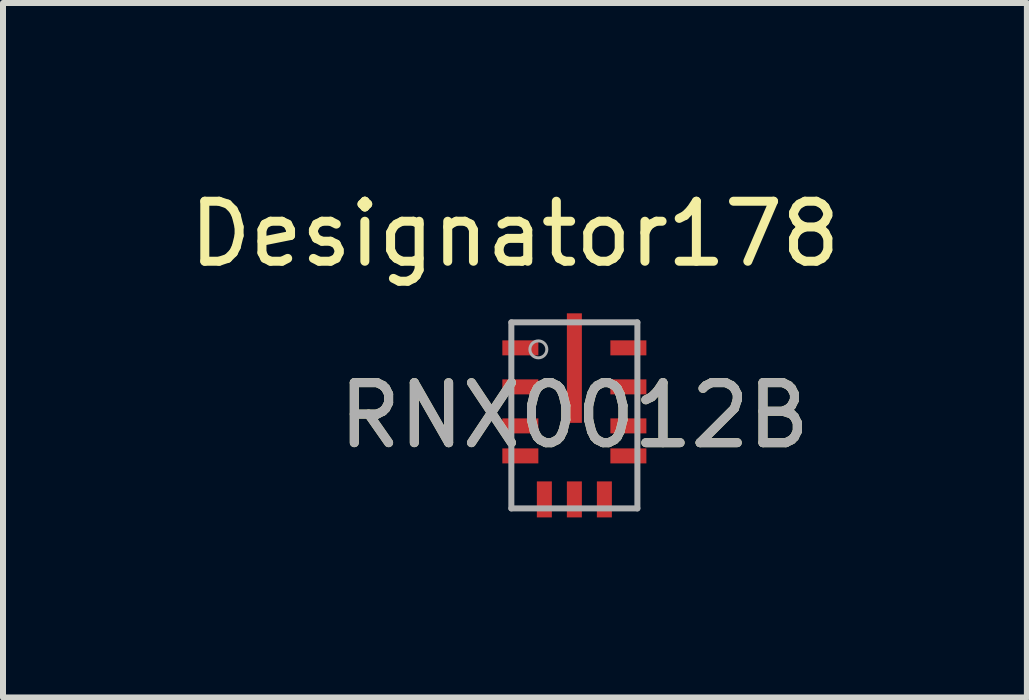
<source format=kicad_pcb>
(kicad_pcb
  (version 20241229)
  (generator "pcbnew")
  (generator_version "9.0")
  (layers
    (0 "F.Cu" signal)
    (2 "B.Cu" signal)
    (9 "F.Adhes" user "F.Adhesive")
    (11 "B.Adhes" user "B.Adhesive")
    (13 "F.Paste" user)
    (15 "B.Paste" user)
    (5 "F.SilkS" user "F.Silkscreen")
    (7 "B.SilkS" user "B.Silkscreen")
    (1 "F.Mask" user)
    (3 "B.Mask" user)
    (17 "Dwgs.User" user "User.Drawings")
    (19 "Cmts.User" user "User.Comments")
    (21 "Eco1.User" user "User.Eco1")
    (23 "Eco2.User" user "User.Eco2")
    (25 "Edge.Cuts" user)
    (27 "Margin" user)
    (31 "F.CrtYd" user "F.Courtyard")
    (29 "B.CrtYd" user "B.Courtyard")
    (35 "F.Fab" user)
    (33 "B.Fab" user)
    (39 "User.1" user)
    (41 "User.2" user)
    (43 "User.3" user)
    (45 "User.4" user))
  (footprint "RNX0012B"
    (layer "F.Cu")
    (at 6.52 3.871)
    (property "Reference" "RNX0012B" (at 0 0 0) (unlocked yes) (layer "F.SilkS") (effects (font (size 1 1) (thickness 0.15))))
    (attr smd)
    (fp_poly (pts (xy -0.125 -0.939) (xy -0.125 -1.651) (xy -0.124 -1.661) (xy -0.121 -1.67) (xy -0.117 -1.679) (xy -0.11 -1.686) (xy -0.103 -1.693) (xy -0.094 -1.697) (xy -0.085 -1.7) (xy -0.075 -1.701) (xy 0.075 -1.701) (xy 0.085 -1.7) (xy 0.094 -1.697) (xy 0.103 -1.693) (xy 0.11 -1.686) (xy 0.117 -1.679) (xy 0.121 -1.67) (xy 0.124 -1.661) (xy 0.125 -1.651) (xy 0.125 -0.939) (xy 0.124 -0.929) (xy 0.121 -0.92) (xy 0.117 -0.911) (xy 0.11 -0.904) (xy 0.103 -0.897) (xy 0.094 -0.893) (xy 0.085 -0.89) (xy 0.075 -0.889) (xy -0.075 -0.889) (xy -0.085 -0.89) (xy -0.094 -0.893) (xy -0.103 -0.897) (xy -0.11 -0.904) (xy -0.117 -0.911) (xy -0.121 -0.92) (xy -0.124 -0.929)) (stroke (width 0) (type solid)) (fill yes) (layer "F.Paste"))
    (fp_poly (pts (xy -0.125 0.076) (xy -0.125 -0.636) (xy -0.124 -0.646) (xy -0.121 -0.655) (xy -0.117 -0.664) (xy -0.11 -0.671) (xy -0.103 -0.678) (xy -0.094 -0.682) (xy -0.085 -0.685) (xy -0.075 -0.686) (xy 0.075 -0.686) (xy 0.085 -0.685) (xy 0.094 -0.682) (xy 0.103 -0.678) (xy 0.11 -0.671) (xy 0.117 -0.664) (xy 0.121 -0.655) (xy 0.124 -0.646) (xy 0.125 -0.636) (xy 0.125 0.076) (xy 0.124 0.086) (xy 0.121 0.095) (xy 0.117 0.104) (xy 0.11 0.111) (xy 0.103 0.118) (xy 0.094 0.122) (xy 0.085 0.125) (xy 0.075 0.126) (xy -0.075 0.126) (xy -0.085 0.125) (xy -0.094 0.122) (xy -0.103 0.118) (xy -0.11 0.111) (xy -0.117 0.104) (xy -0.121 0.095) (xy -0.124 0.086)) (stroke (width 0) (type solid)) (fill yes) (layer "F.Paste"))
    (fp_line (start -1.05 -1.55) (end 1.05 -1.55) (stroke (width 0.1) (type solid)) (layer "F.Fab"))
    (fp_line (start -1.05 1.55) (end -1.05 -1.55) (stroke (width 0.1) (type solid)) (layer "F.Fab"))
    (fp_line (start -1.05 1.55) (end 1.05 1.55) (stroke (width 0.1) (type solid)) (layer "F.Fab"))
    (fp_line (start 1.05 1.55) (end 1.05 -1.55) (stroke (width 0.1) (type solid)) (layer "F.Fab"))
    (fp_circle (center -0.6 -1.1) (end -0.459 -1.1) (stroke (width 0.05) (type solid)) (fill no) (layer "F.Fab"))
    (fp_text user "Designator178" (at -0.991 -3.023 0) (unlocked yes) (layer "F.SilkS") (effects (font (size 1 1) (thickness 0.15))))
    (fp_text user "${REFERENCE}" (at 0 0 0) (unlocked yes) (layer "F.Fab") (effects (font (size 1 1) (thickness 0.15))))
    (pad "1" smd rect (at -0.9 -1.125) (size 0.6 0.25) (layers "F.Cu" "F.Mask" "F.Paste"))
    (pad "2" smd rect (at -0.9 -0.475) (size 0.6 0.25) (layers "F.Cu" "F.Mask" "F.Paste"))
    (pad "3" smd rect (at -0.9 0.175) (size 0.6 0.25) (layers "F.Cu" "F.Mask" "F.Paste"))
    (pad "4" smd rect (at -0.9 0.675) (size 0.6 0.25) (layers "F.Cu" "F.Mask" "F.Paste"))
    (pad "5" smd rect (at -0.5 1.4 90) (size 0.6 0.25) (layers "F.Cu" "F.Mask" "F.Paste"))
    (pad "6" smd rect (at 0 1.4 90) (size 0.6 0.25) (layers "F.Cu" "F.Mask" "F.Paste"))
    (pad "7" smd rect (at 0.5 1.4 90) (size 0.6 0.25) (layers "F.Cu" "F.Mask" "F.Paste"))
    (pad "8" smd rect (at 0.9 0.675) (size 0.6 0.25) (layers "F.Cu" "F.Mask" "F.Paste"))
    (pad "9" smd rect (at 0.9 0.175) (size 0.6 0.25) (layers "F.Cu" "F.Mask" "F.Paste"))
    (pad "10" smd rect (at 0.9 -0.475) (size 0.6 0.25) (layers "F.Cu" "F.Mask" "F.Paste"))
    (pad "11" smd rect (at 0.9 -1.125) (size 0.6 0.25) (layers "F.Cu" "F.Mask" "F.Paste"))
    (pad "12" smd rect (at 0 -0.788 90) (size 1.825 0.25) (layers "F.Cu" "F.Mask")))
  (gr_rect
    (start -3 -3)
    (end 14.06 8.571)
    (stroke (width 0.1) (type default))
    (fill no)
    (layer "Edge.Cuts")))
</source>
